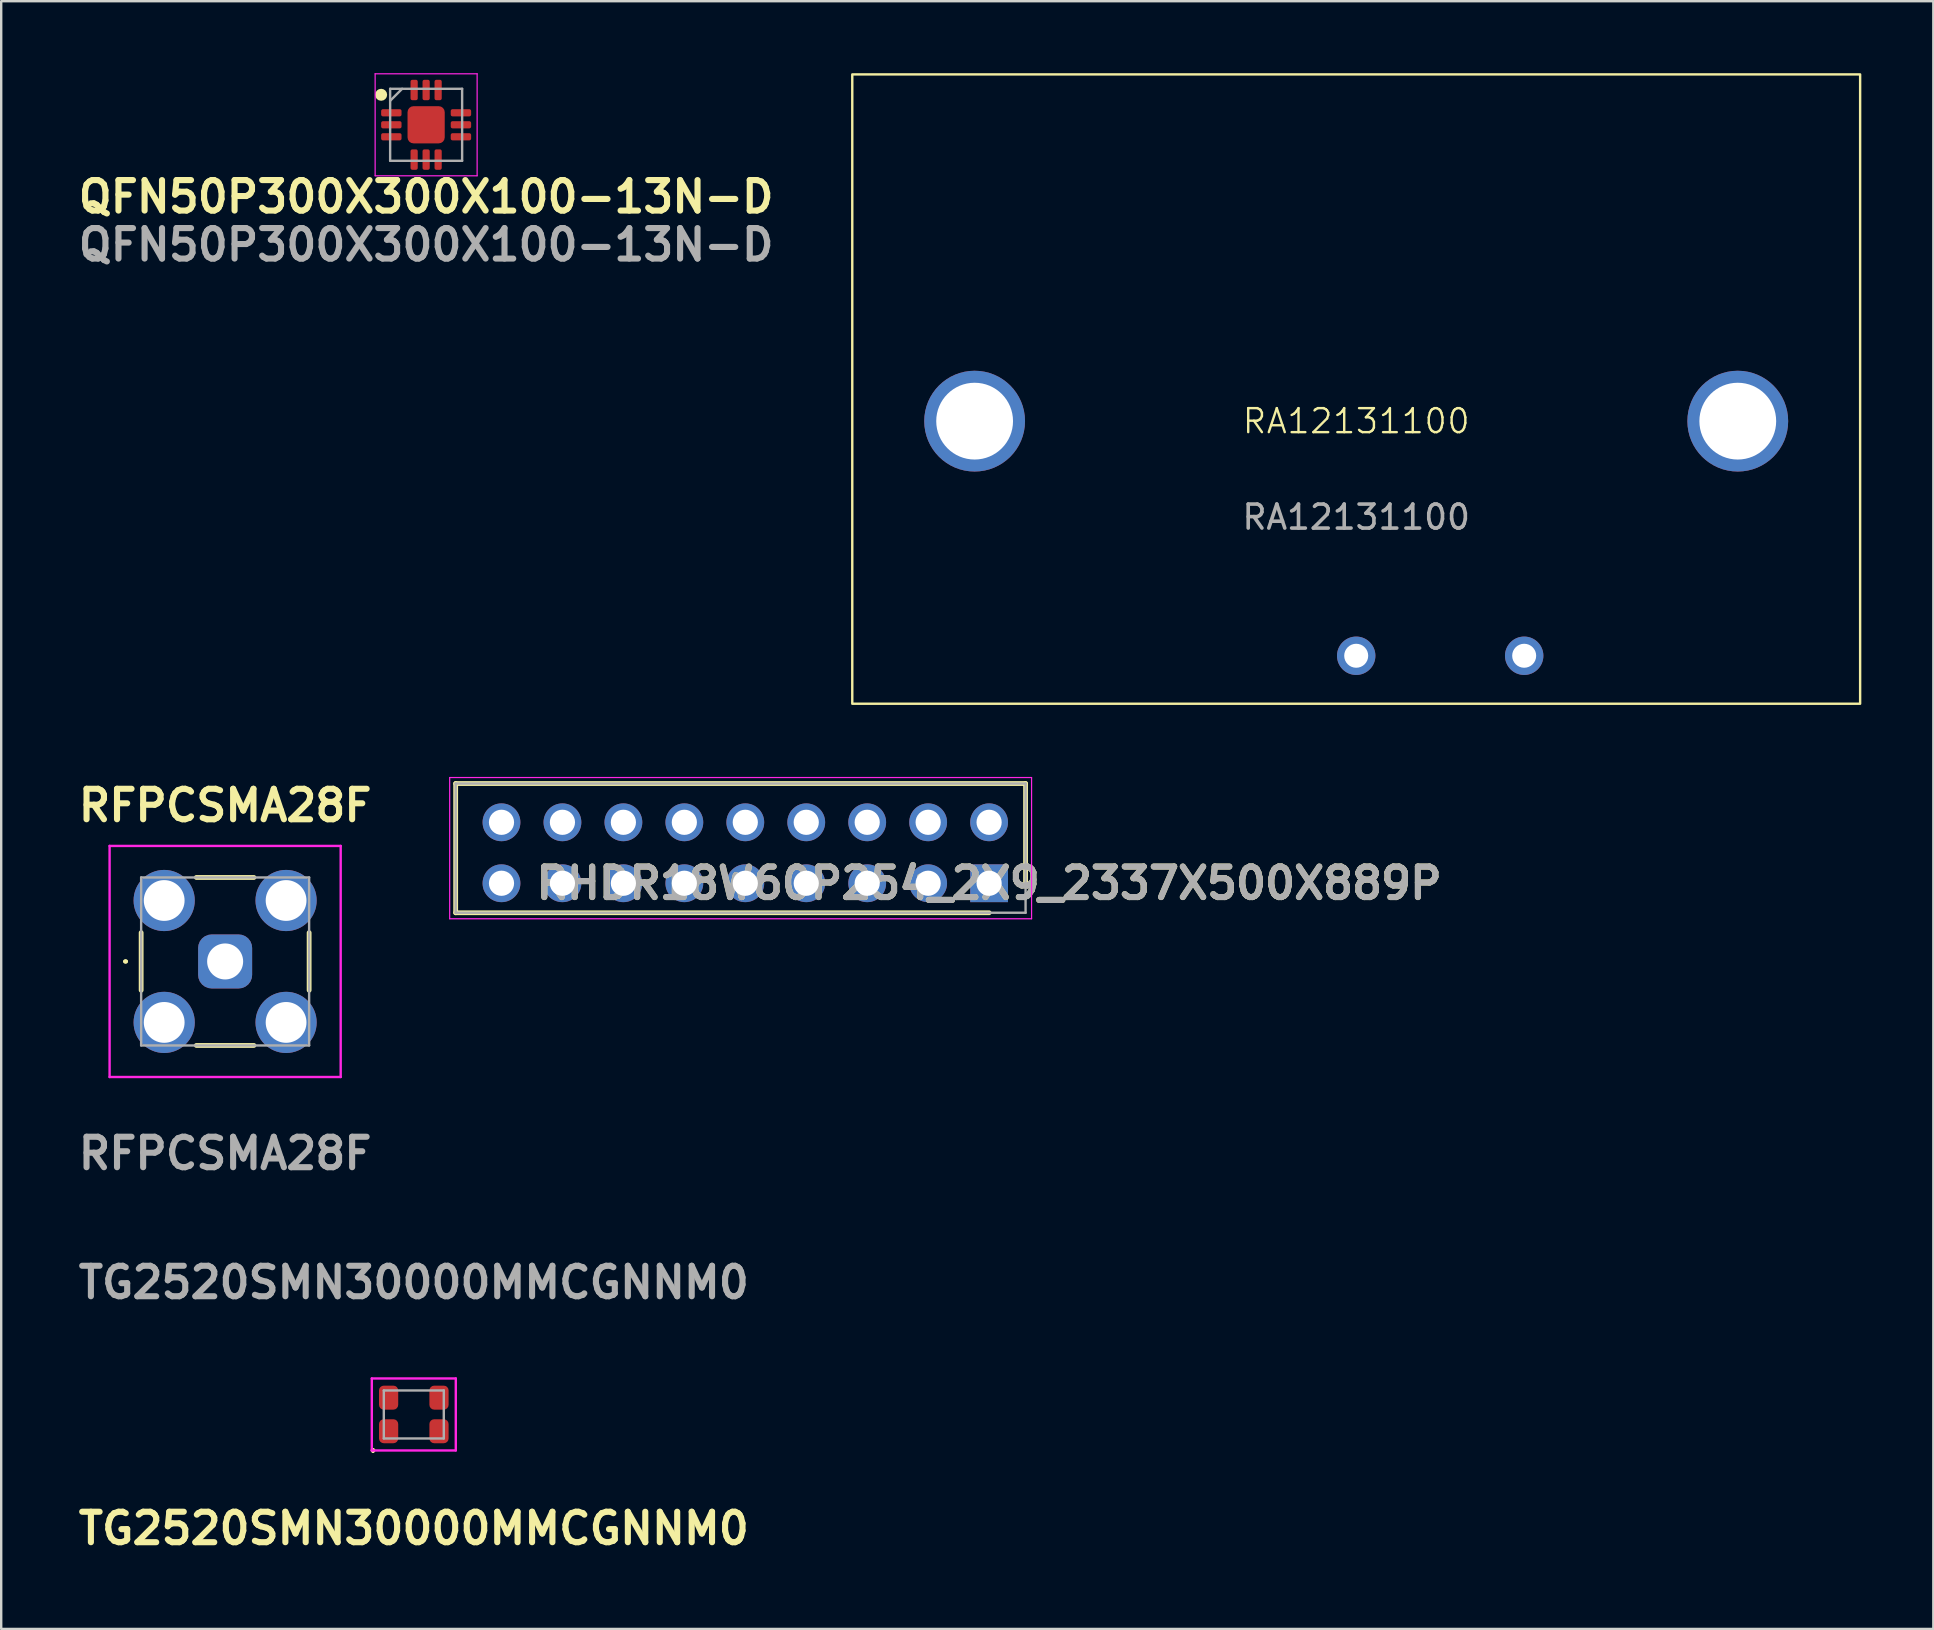
<source format=kicad_pcb>
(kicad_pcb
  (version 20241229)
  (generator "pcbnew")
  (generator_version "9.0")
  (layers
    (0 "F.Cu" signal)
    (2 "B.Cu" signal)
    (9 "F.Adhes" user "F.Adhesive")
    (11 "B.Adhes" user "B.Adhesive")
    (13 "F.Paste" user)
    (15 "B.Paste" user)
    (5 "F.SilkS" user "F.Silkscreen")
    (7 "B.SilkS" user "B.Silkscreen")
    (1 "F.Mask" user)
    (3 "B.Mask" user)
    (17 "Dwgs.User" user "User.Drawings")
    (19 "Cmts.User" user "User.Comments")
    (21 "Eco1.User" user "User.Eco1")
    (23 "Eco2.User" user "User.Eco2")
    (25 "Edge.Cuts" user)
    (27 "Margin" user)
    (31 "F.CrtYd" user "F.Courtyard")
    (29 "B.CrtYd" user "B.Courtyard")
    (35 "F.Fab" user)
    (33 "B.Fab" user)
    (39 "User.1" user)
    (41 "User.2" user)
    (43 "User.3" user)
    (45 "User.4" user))
  (footprint "TG2520SMN30000MMCGNNM0"
    (layer "F.Cu")
    (at 14.194 55.893)
    (property "Reference" "TG2520SMN30000MMCGNNM0" (at 0 4.75 0) (layer "F.SilkS") (effects (font (size 1.27 1.27) (thickness 0.254))))
    (attr smd)
    (fp_line (start -1.7 1.45) (end -1.7 1.45) (stroke (width 0.1) (type solid)) (layer "F.SilkS"))
    (fp_line (start -1.7 1.55) (end -1.7 1.55) (stroke (width 0.1) (type solid)) (layer "F.SilkS"))
    (fp_arc (start -1.7 1.45) (mid -1.65 1.5) (end -1.7 1.55) (stroke (width 0.1) (type solid)) (layer "F.SilkS"))
    (fp_arc (start -1.7 1.55) (mid -1.75 1.5) (end -1.7 1.45) (stroke (width 0.1) (type solid)) (layer "F.SilkS"))
    (fp_line (start -1.75 -1.5) (end 1.75 -1.5) (stroke (width 0.1) (type solid)) (layer "F.CrtYd"))
    (fp_line (start -1.75 1.5) (end -1.75 -1.5) (stroke (width 0.1) (type solid)) (layer "F.CrtYd"))
    (fp_line (start 1.75 -1.5) (end 1.75 1.5) (stroke (width 0.1) (type solid)) (layer "F.CrtYd"))
    (fp_line (start 1.75 1.5) (end -1.75 1.5) (stroke (width 0.1) (type solid)) (layer "F.CrtYd"))
    (fp_line (start -1.25 -1) (end -1.25 1) (stroke (width 0.1) (type solid)) (layer "F.Fab"))
    (fp_line (start -1.25 1) (end 1.25 1) (stroke (width 0.1) (type solid)) (layer "F.Fab"))
    (fp_line (start 1.25 -1) (end -1.25 -1) (stroke (width 0.1) (type solid)) (layer "F.Fab"))
    (fp_line (start 1.25 1) (end 1.25 -1) (stroke (width 0.1) (type solid)) (layer "F.Fab"))
    (fp_text user "${REFERENCE}" (at 0 -5.5 0) (layer "F.Fab") (effects (font (size 1.27 1.27) (thickness 0.254))))
    (pad "1" smd roundrect (at -1.05 0.7) (size 0.8 1) (layers "F.Cu" "F.Mask" "F.Paste") (roundrect_rratio 0.25))
    (pad "2" smd roundrect (at 1.05 0.7) (size 0.8 1) (layers "F.Cu" "F.Mask" "F.Paste") (roundrect_rratio 0.25))
    (pad "3" smd roundrect (at 1.05 -0.7) (size 0.8 1) (layers "F.Cu" "F.Mask" "F.Paste") (roundrect_rratio 0.25))
    (pad "4" smd roundrect (at -1.05 -0.7) (size 0.8 1) (layers "F.Cu" "F.Mask" "F.Paste") (roundrect_rratio 0.25)))
  (footprint "RA12131100"
    (layer "F.Cu")
    (at 53.466 14.5)
    (property "Reference" "RA12131100" (at 0 0 0) (unlocked yes) (layer "F.SilkS") (effects (font (size 1 1) (thickness 0.1))))
    (attr through_hole)
    (fp_rect (start -21 -14.45) (end 21 11.777) (stroke (width 0.1) (type default)) (fill no) (layer "F.SilkS"))
    (fp_text user "${REFERENCE}" (at 0 4 0) (unlocked yes) (layer "F.Fab") (effects (font (size 1 1) (thickness 0.15))))
    (pad "1" thru_hole circle (at 0 9.777) (size 1.6 1.6) (drill 1) (layers "*.Cu" "*.Mask"))
    (pad "2" thru_hole circle (at 7 9.777) (size 1.6 1.6) (drill 1) (layers "*.Cu" "*.Mask"))
    (pad "3" thru_hole circle (at -15.901 0) (size 4.2 4.2) (drill 3.2) (layers "*.Cu" "*.Mask"))
    (pad "4" thru_hole circle (at 15.901 0) (size 4.2 4.2) (drill 3.2) (layers "*.Cu" "*.Mask")))
  (footprint "RHDR18W60P254_2X9_2337X500X889P"
    (layer "F.Cu")
    (at 38.168 33.757)
    (property "Reference" "RHDR18W60P254_2X9_2337X500X889P" (at 0 0 0) (layer "F.SilkS") (effects (font (size 1.27 1.27) (thickness 0.254))))
    (attr through_hole)
    (fp_line (start -22.229 -4.155) (end 1.52 -4.155) (stroke (width 0.2) (type solid)) (layer "F.SilkS"))
    (fp_line (start -22.229 1.23) (end -22.229 -4.155) (stroke (width 0.2) (type solid)) (layer "F.SilkS"))
    (fp_line (start 0 1.23) (end -22.229 1.23) (stroke (width 0.2) (type solid)) (layer "F.SilkS"))
    (fp_line (start 1.52 -4.155) (end 1.52 0) (stroke (width 0.2) (type solid)) (layer "F.SilkS"))
    (fp_line (start -22.479 -4.405) (end 1.77 -4.405) (stroke (width 0.05) (type solid)) (layer "F.CrtYd"))
    (fp_line (start -22.479 1.48) (end -22.479 -4.405) (stroke (width 0.05) (type solid)) (layer "F.CrtYd"))
    (fp_line (start 1.77 -4.405) (end 1.77 1.48) (stroke (width 0.05) (type solid)) (layer "F.CrtYd"))
    (fp_line (start 1.77 1.48) (end -22.479 1.48) (stroke (width 0.05) (type solid)) (layer "F.CrtYd"))
    (fp_line (start -22.229 -4.155) (end 1.52 -4.155) (stroke (width 0.1) (type solid)) (layer "F.Fab"))
    (fp_line (start -22.229 1.23) (end -22.229 -4.155) (stroke (width 0.1) (type solid)) (layer "F.Fab"))
    (fp_line (start 1.52 -4.155) (end 1.52 1.23) (stroke (width 0.1) (type solid)) (layer "F.Fab"))
    (fp_line (start 1.52 1.23) (end -22.229 1.23) (stroke (width 0.1) (type solid)) (layer "F.Fab"))
    (fp_text user "${REFERENCE}" (at 0 0 0) (layer "F.Fab") (effects (font (size 1.27 1.27) (thickness 0.254))))
    (pad "1" thru_hole rect (at 0 0) (size 1.575 1.575) (drill 1.05) (layers "*.Cu" "*.Mask"))
    (pad "2" thru_hole circle (at 0 -2.54) (size 1.575 1.575) (drill 1.05) (layers "*.Cu" "*.Mask"))
    (pad "3" thru_hole circle (at -2.54 0) (size 1.575 1.575) (drill 1.05) (layers "*.Cu" "*.Mask"))
    (pad "4" thru_hole circle (at -2.54 -2.54) (size 1.575 1.575) (drill 1.05) (layers "*.Cu" "*.Mask"))
    (pad "5" thru_hole circle (at -5.08 0) (size 1.575 1.575) (drill 1.05) (layers "*.Cu" "*.Mask"))
    (pad "6" thru_hole circle (at -5.08 -2.54) (size 1.575 1.575) (drill 1.05) (layers "*.Cu" "*.Mask"))
    (pad "7" thru_hole circle (at -7.62 0) (size 1.575 1.575) (drill 1.05) (layers "*.Cu" "*.Mask"))
    (pad "8" thru_hole circle (at -7.62 -2.54) (size 1.575 1.575) (drill 1.05) (layers "*.Cu" "*.Mask"))
    (pad "9" thru_hole circle (at -10.16 0) (size 1.575 1.575) (drill 1.05) (layers "*.Cu" "*.Mask"))
    (pad "10" thru_hole circle (at -10.16 -2.54) (size 1.575 1.575) (drill 1.05) (layers "*.Cu" "*.Mask"))
    (pad "11" thru_hole circle (at -12.7 0) (size 1.575 1.575) (drill 1.05) (layers "*.Cu" "*.Mask"))
    (pad "12" thru_hole circle (at -12.7 -2.54) (size 1.575 1.575) (drill 1.05) (layers "*.Cu" "*.Mask"))
    (pad "13" thru_hole circle (at -15.24 0) (size 1.575 1.575) (drill 1.05) (layers "*.Cu" "*.Mask"))
    (pad "14" thru_hole circle (at -15.24 -2.54) (size 1.575 1.575) (drill 1.05) (layers "*.Cu" "*.Mask"))
    (pad "15" thru_hole circle (at -17.78 0) (size 1.575 1.575) (drill 1.05) (layers "*.Cu" "*.Mask"))
    (pad "16" thru_hole circle (at -17.78 -2.54) (size 1.575 1.575) (drill 1.05) (layers "*.Cu" "*.Mask"))
    (pad "17" thru_hole circle (at -20.32 0) (size 1.575 1.575) (drill 1.05) (layers "*.Cu" "*.Mask"))
    (pad "18" thru_hole circle (at -20.32 -2.54) (size 1.575 1.575) (drill 1.05) (layers "*.Cu" "*.Mask")))
  (footprint "QFN50P300X300X100-13N-D"
    (layer "F.Cu")
    (at 14.708 2.15)
    (property "Reference" "QFN50P300X300X100-13N-D" (at 0 3 0) (layer "F.SilkS") (effects (font (size 1.27 1.27) (thickness 0.254))))
    (attr smd)
    (fp_circle (center -1.875 -1.25) (end -1.875 -1.125) (stroke (width 0.25) (type solid)) (fill no) (layer "F.SilkS"))
    (fp_line (start -2.125 -2.125) (end 2.125 -2.125) (stroke (width 0.05) (type solid)) (layer "F.CrtYd"))
    (fp_line (start -2.125 2.125) (end -2.125 -2.125) (stroke (width 0.05) (type solid)) (layer "F.CrtYd"))
    (fp_line (start 2.125 -2.125) (end 2.125 2.125) (stroke (width 0.05) (type solid)) (layer "F.CrtYd"))
    (fp_line (start 2.125 2.125) (end -2.125 2.125) (stroke (width 0.05) (type solid)) (layer "F.CrtYd"))
    (fp_line (start -1.5 -1.5) (end 1.5 -1.5) (stroke (width 0.1) (type solid)) (layer "F.Fab"))
    (fp_line (start -1.5 -1) (end -1 -1.5) (stroke (width 0.1) (type solid)) (layer "F.Fab"))
    (fp_line (start -1.5 1.5) (end -1.5 -1.5) (stroke (width 0.1) (type solid)) (layer "F.Fab"))
    (fp_line (start 1.5 -1.5) (end 1.5 1.5) (stroke (width 0.1) (type solid)) (layer "F.Fab"))
    (fp_line (start 1.5 1.5) (end -1.5 1.5) (stroke (width 0.1) (type solid)) (layer "F.Fab"))
    (fp_text user "${REFERENCE}" (at 0 5 0) (layer "F.Fab") (effects (font (size 1.27 1.27) (thickness 0.254))))
    (pad "1" smd roundrect (at -1.45 -0.5 90) (size 0.3 0.85) (layers "F.Cu" "F.Mask" "F.Paste") (roundrect_rratio 0.25))
    (pad "2" smd roundrect (at -1.45 0 90) (size 0.3 0.85) (layers "F.Cu" "F.Mask" "F.Paste") (roundrect_rratio 0.25))
    (pad "3" smd roundrect (at -1.45 0.5 90) (size 0.3 0.85) (layers "F.Cu" "F.Mask" "F.Paste") (roundrect_rratio 0.25))
    (pad "4" smd roundrect (at -0.5 1.45) (size 0.3 0.85) (layers "F.Cu" "F.Mask" "F.Paste") (roundrect_rratio 0.25))
    (pad "5" smd roundrect (at 0 1.45) (size 0.3 0.85) (layers "F.Cu" "F.Mask" "F.Paste") (roundrect_rratio 0.25))
    (pad "6" smd roundrect (at 0.5 1.45) (size 0.3 0.85) (layers "F.Cu" "F.Mask" "F.Paste") (roundrect_rratio 0.25))
    (pad "7" smd roundrect (at 1.45 0.5 90) (size 0.3 0.85) (layers "F.Cu" "F.Mask" "F.Paste") (roundrect_rratio 0.25))
    (pad "8" smd roundrect (at 1.45 0 90) (size 0.3 0.85) (layers "F.Cu" "F.Mask" "F.Paste") (roundrect_rratio 0.25))
    (pad "9" smd roundrect (at 1.45 -0.5 90) (size 0.3 0.85) (layers "F.Cu" "F.Mask" "F.Paste") (roundrect_rratio 0.25))
    (pad "10" smd roundrect (at 0.5 -1.45) (size 0.3 0.85) (layers "F.Cu" "F.Mask" "F.Paste") (roundrect_rratio 0.25))
    (pad "11" smd roundrect (at 0 -1.45) (size 0.3 0.85) (layers "F.Cu" "F.Mask" "F.Paste") (roundrect_rratio 0.25))
    (pad "12" smd roundrect (at -0.5 -1.45) (size 0.3 0.85) (layers "F.Cu" "F.Mask" "F.Paste") (roundrect_rratio 0.25))
    (pad "13" smd roundrect (at 0 0) (size 1.55 1.55) (layers "F.Cu" "F.Mask" "F.Paste") (roundrect_rratio 0.161)))
  (footprint "RFPCSMA28F"
    (layer "F.Cu")
    (at 6.332 37.016)
    (property "Reference" "RFPCSMA28F" (at 0 -6.5 0) (layer "F.SilkS") (effects (font (size 1.27 1.27) (thickness 0.254))))
    (attr through_hole)
    (fp_line (start -4.2 0) (end -4.2 0) (stroke (width 0.1) (type solid)) (layer "F.SilkS"))
    (fp_line (start -4.1 0) (end -4.1 0) (stroke (width 0.1) (type solid)) (layer "F.SilkS"))
    (fp_line (start -3.5 -1.2) (end -3.5 1.2) (stroke (width 0.2) (type solid)) (layer "F.SilkS"))
    (fp_line (start -1.2 -3.5) (end 1.2 -3.5) (stroke (width 0.2) (type solid)) (layer "F.SilkS"))
    (fp_line (start -1.2 3.5) (end 1.2 3.5) (stroke (width 0.2) (type solid)) (layer "F.SilkS"))
    (fp_line (start 3.5 -1.2) (end 3.5 1.2) (stroke (width 0.2) (type solid)) (layer "F.SilkS"))
    (fp_arc (start -4.2 0) (mid -4.15 -0.05) (end -4.1 0) (stroke (width 0.1) (type solid)) (layer "F.SilkS"))
    (fp_arc (start -4.1 0) (mid -4.15 0.05) (end -4.2 0) (stroke (width 0.1) (type solid)) (layer "F.SilkS"))
    (fp_line (start -4.815 -4.815) (end 4.815 -4.815) (stroke (width 0.1) (type solid)) (layer "F.CrtYd"))
    (fp_line (start -4.815 4.815) (end -4.815 -4.815) (stroke (width 0.1) (type solid)) (layer "F.CrtYd"))
    (fp_line (start 4.815 -4.815) (end 4.815 4.815) (stroke (width 0.1) (type solid)) (layer "F.CrtYd"))
    (fp_line (start 4.815 4.815) (end -4.815 4.815) (stroke (width 0.1) (type solid)) (layer "F.CrtYd"))
    (fp_line (start -3.5 -3.5) (end 3.5 -3.5) (stroke (width 0.1) (type solid)) (layer "F.Fab"))
    (fp_line (start -3.5 3.5) (end -3.5 -3.5) (stroke (width 0.1) (type solid)) (layer "F.Fab"))
    (fp_line (start 3.5 -3.5) (end 3.5 3.5) (stroke (width 0.1) (type solid)) (layer "F.Fab"))
    (fp_line (start 3.5 3.5) (end -3.5 3.5) (stroke (width 0.1) (type solid)) (layer "F.Fab"))
    (fp_text user "${REFERENCE}" (at 0 8 0) (layer "F.Fab") (effects (font (size 1.27 1.27) (thickness 0.254))))
    (pad "1" thru_hole roundrect (at 0 0) (size 2.25 2.25) (drill 1.5) (layers "*.Cu" "*.Mask") (roundrect_rratio 0.25))
    (pad "2" thru_hole circle (at -2.54 2.54) (size 2.55 2.55) (drill 1.7) (layers "*.Cu" "*.Mask"))
    (pad "3" thru_hole circle (at 2.54 2.54) (size 2.55 2.55) (drill 1.7) (layers "*.Cu" "*.Mask"))
    (pad "4" thru_hole circle (at 2.54 -2.54) (size 2.55 2.55) (drill 1.7) (layers "*.Cu" "*.Mask"))
    (pad "5" thru_hole circle (at -2.54 -2.54) (size 2.55 2.55) (drill 1.7) (layers "*.Cu" "*.Mask")))
  (gr_rect
    (start -3 -3)
    (end 77.516 64.832)
    (stroke (width 0.1) (type default))
    (fill no)
    (layer "Edge.Cuts")))
</source>
